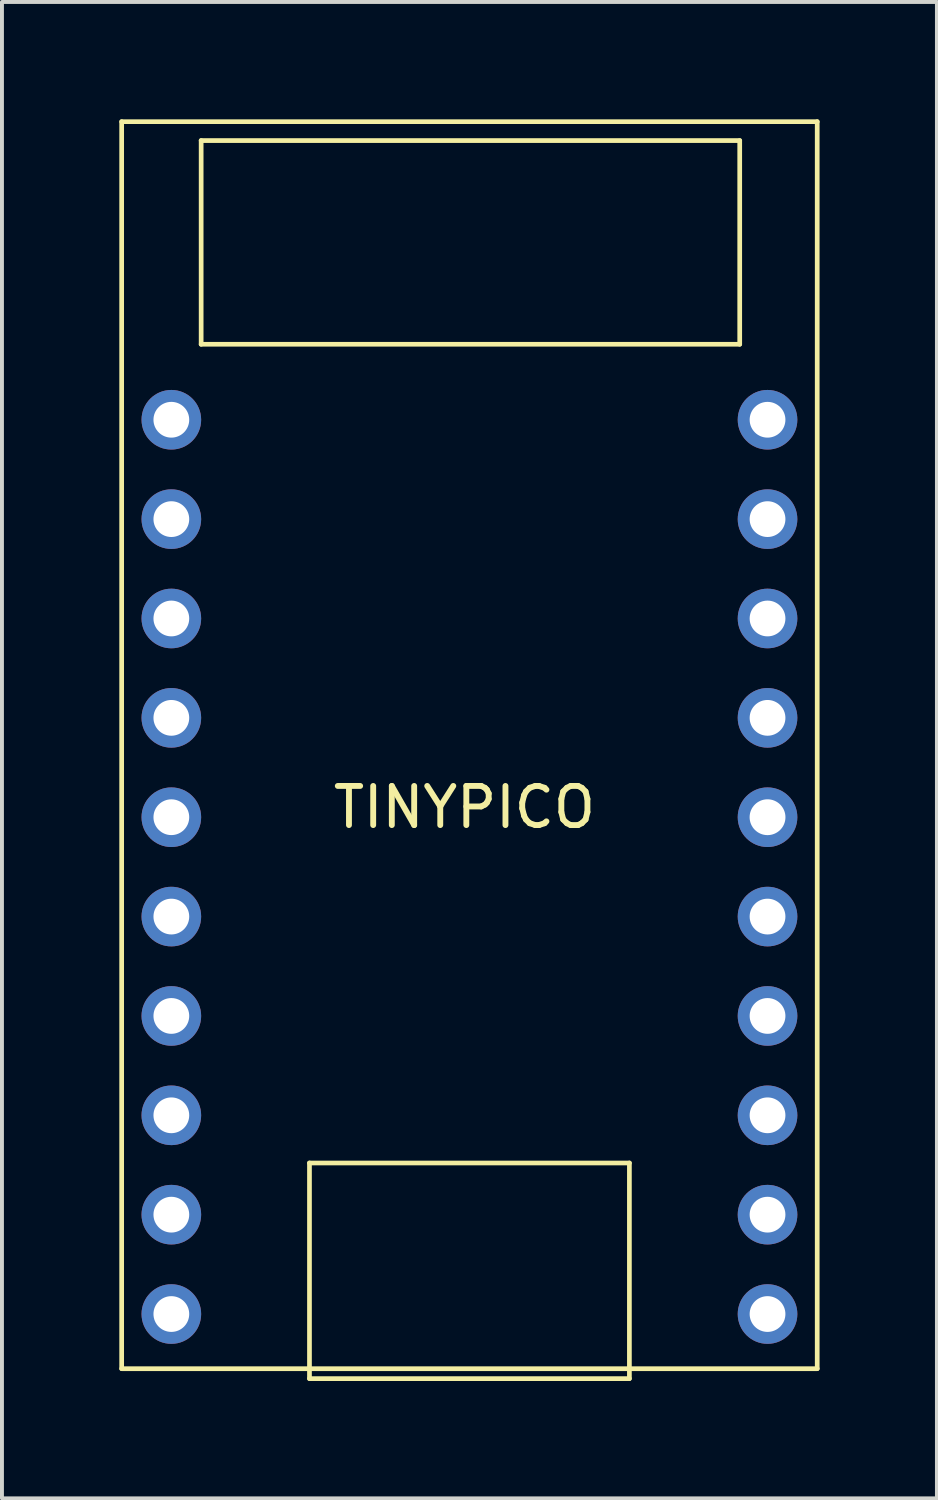
<source format=kicad_pcb>
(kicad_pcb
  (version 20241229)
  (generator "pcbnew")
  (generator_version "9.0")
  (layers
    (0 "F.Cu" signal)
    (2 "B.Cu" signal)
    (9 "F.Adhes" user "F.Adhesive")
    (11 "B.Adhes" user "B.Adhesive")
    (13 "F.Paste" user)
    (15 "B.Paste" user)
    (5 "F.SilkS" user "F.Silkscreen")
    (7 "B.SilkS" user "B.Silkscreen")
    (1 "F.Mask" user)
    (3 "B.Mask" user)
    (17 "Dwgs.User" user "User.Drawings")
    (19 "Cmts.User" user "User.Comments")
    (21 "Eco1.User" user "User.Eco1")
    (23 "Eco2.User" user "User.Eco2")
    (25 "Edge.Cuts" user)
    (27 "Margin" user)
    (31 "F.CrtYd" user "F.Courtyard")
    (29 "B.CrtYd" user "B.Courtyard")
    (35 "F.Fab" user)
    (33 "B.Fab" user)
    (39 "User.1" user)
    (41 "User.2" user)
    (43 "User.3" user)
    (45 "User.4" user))
  (footprint "TINYPICO"
    (layer "F.Cu")
    (at 1.076 30.794)
    (property "Reference" "TINYPICO" (at 7.747 -13.208 180) (layer "F.SilkS") (effects (font (size 1 1) (thickness 0.15))))
    (attr through_hole)
    (fp_line (start -1.016 -30.734) (end 16.764 -30.734) (stroke (width 0.12) (type solid)) (layer "F.SilkS"))
    (fp_line (start -1.016 1.143) (end -1.016 -30.734) (stroke (width 0.12) (type solid)) (layer "F.SilkS"))
    (fp_line (start 1.016 -30.251) (end 14.783 -30.251) (stroke (width 0.12) (type solid)) (layer "F.SilkS"))
    (fp_line (start 1.016 -25.044) (end 1.016 -30.251) (stroke (width 0.12) (type solid)) (layer "F.SilkS"))
    (fp_line (start 1.016 -25.044) (end 14.783 -25.044) (stroke (width 0.12) (type solid)) (layer "F.SilkS"))
    (fp_line (start 3.785 -4.115) (end 11.963 -4.115) (stroke (width 0.12) (type solid)) (layer "F.SilkS"))
    (fp_line (start 3.785 1.397) (end 3.785 -4.115) (stroke (width 0.12) (type solid)) (layer "F.SilkS"))
    (fp_line (start 3.785 1.397) (end 11.963 1.397) (stroke (width 0.12) (type solid)) (layer "F.SilkS"))
    (fp_line (start 11.963 -4.115) (end 11.963 1.397) (stroke (width 0.12) (type solid)) (layer "F.SilkS"))
    (fp_line (start 14.783 -25.044) (end 14.783 -30.251) (stroke (width 0.12) (type solid)) (layer "F.SilkS"))
    (fp_line (start 16.764 -30.734) (end 16.764 1.143) (stroke (width 0.12) (type solid)) (layer "F.SilkS"))
    (fp_line (start 16.764 1.143) (end -1.016 1.143) (stroke (width 0.12) (type solid)) (layer "F.SilkS"))
    (pad "1" thru_hole circle (at 0.254 -23.114 180) (size 1.524 1.524) (drill 0.914) (layers "*.Cu" "*.Mask"))
    (pad "2" thru_hole circle (at 0.254 -20.574 180) (size 1.524 1.524) (drill 0.914) (layers "*.Cu" "*.Mask"))
    (pad "3" thru_hole circle (at 0.254 -18.034 180) (size 1.524 1.524) (drill 0.914) (layers "*.Cu" "*.Mask"))
    (pad "4" thru_hole circle (at 0.254 -15.494 180) (size 1.524 1.524) (drill 0.914) (layers "*.Cu" "*.Mask"))
    (pad "5" thru_hole circle (at 0.254 -12.954 180) (size 1.524 1.524) (drill 0.914) (layers "*.Cu" "*.Mask"))
    (pad "6" thru_hole circle (at 0.254 -10.414 180) (size 1.524 1.524) (drill 0.914) (layers "*.Cu" "*.Mask"))
    (pad "7" thru_hole circle (at 0.254 -7.874 180) (size 1.524 1.524) (drill 0.914) (layers "*.Cu" "*.Mask"))
    (pad "8" thru_hole circle (at 0.254 -5.334 180) (size 1.524 1.524) (drill 0.914) (layers "*.Cu" "*.Mask"))
    (pad "9" thru_hole circle (at 0.254 -2.794 180) (size 1.524 1.524) (drill 0.914) (layers "*.Cu" "*.Mask"))
    (pad "10" thru_hole circle (at 0.254 -0.254 180) (size 1.524 1.524) (drill 0.914) (layers "*.Cu" "*.Mask"))
    (pad "11" thru_hole circle (at 15.494 -0.254 180) (size 1.524 1.524) (drill 0.914) (layers "*.Cu" "*.Mask"))
    (pad "12" thru_hole circle (at 15.494 -2.794 180) (size 1.524 1.524) (drill 0.914) (layers "*.Cu" "*.Mask"))
    (pad "13" thru_hole circle (at 15.494 -5.334 180) (size 1.524 1.524) (drill 0.914) (layers "*.Cu" "*.Mask"))
    (pad "14" thru_hole circle (at 15.494 -7.874 180) (size 1.524 1.524) (drill 0.914) (layers "*.Cu" "*.Mask"))
    (pad "15" thru_hole circle (at 15.494 -10.414 180) (size 1.524 1.524) (drill 0.914) (layers "*.Cu" "*.Mask"))
    (pad "16" thru_hole circle (at 15.494 -12.954 180) (size 1.524 1.524) (drill 0.916) (layers "*.Cu" "*.Mask"))
    (pad "17" thru_hole circle (at 15.494 -15.494 180) (size 1.524 1.524) (drill 0.914) (layers "*.Cu" "*.Mask"))
    (pad "18" thru_hole circle (at 15.494 -18.034 180) (size 1.524 1.524) (drill 0.914) (layers "*.Cu" "*.Mask"))
    (pad "19" thru_hole circle (at 15.494 -20.574 180) (size 1.524 1.524) (drill 0.914) (layers "*.Cu" "*.Mask"))
    (pad "20" thru_hole circle (at 15.494 -23.114 180) (size 1.524 1.524) (drill 0.914) (layers "*.Cu" "*.Mask")))
  (gr_rect
    (start -3 -3)
    (end 20.9 35.251)
    (stroke (width 0.1) (type default))
    (fill no)
    (layer "Edge.Cuts")))
</source>
